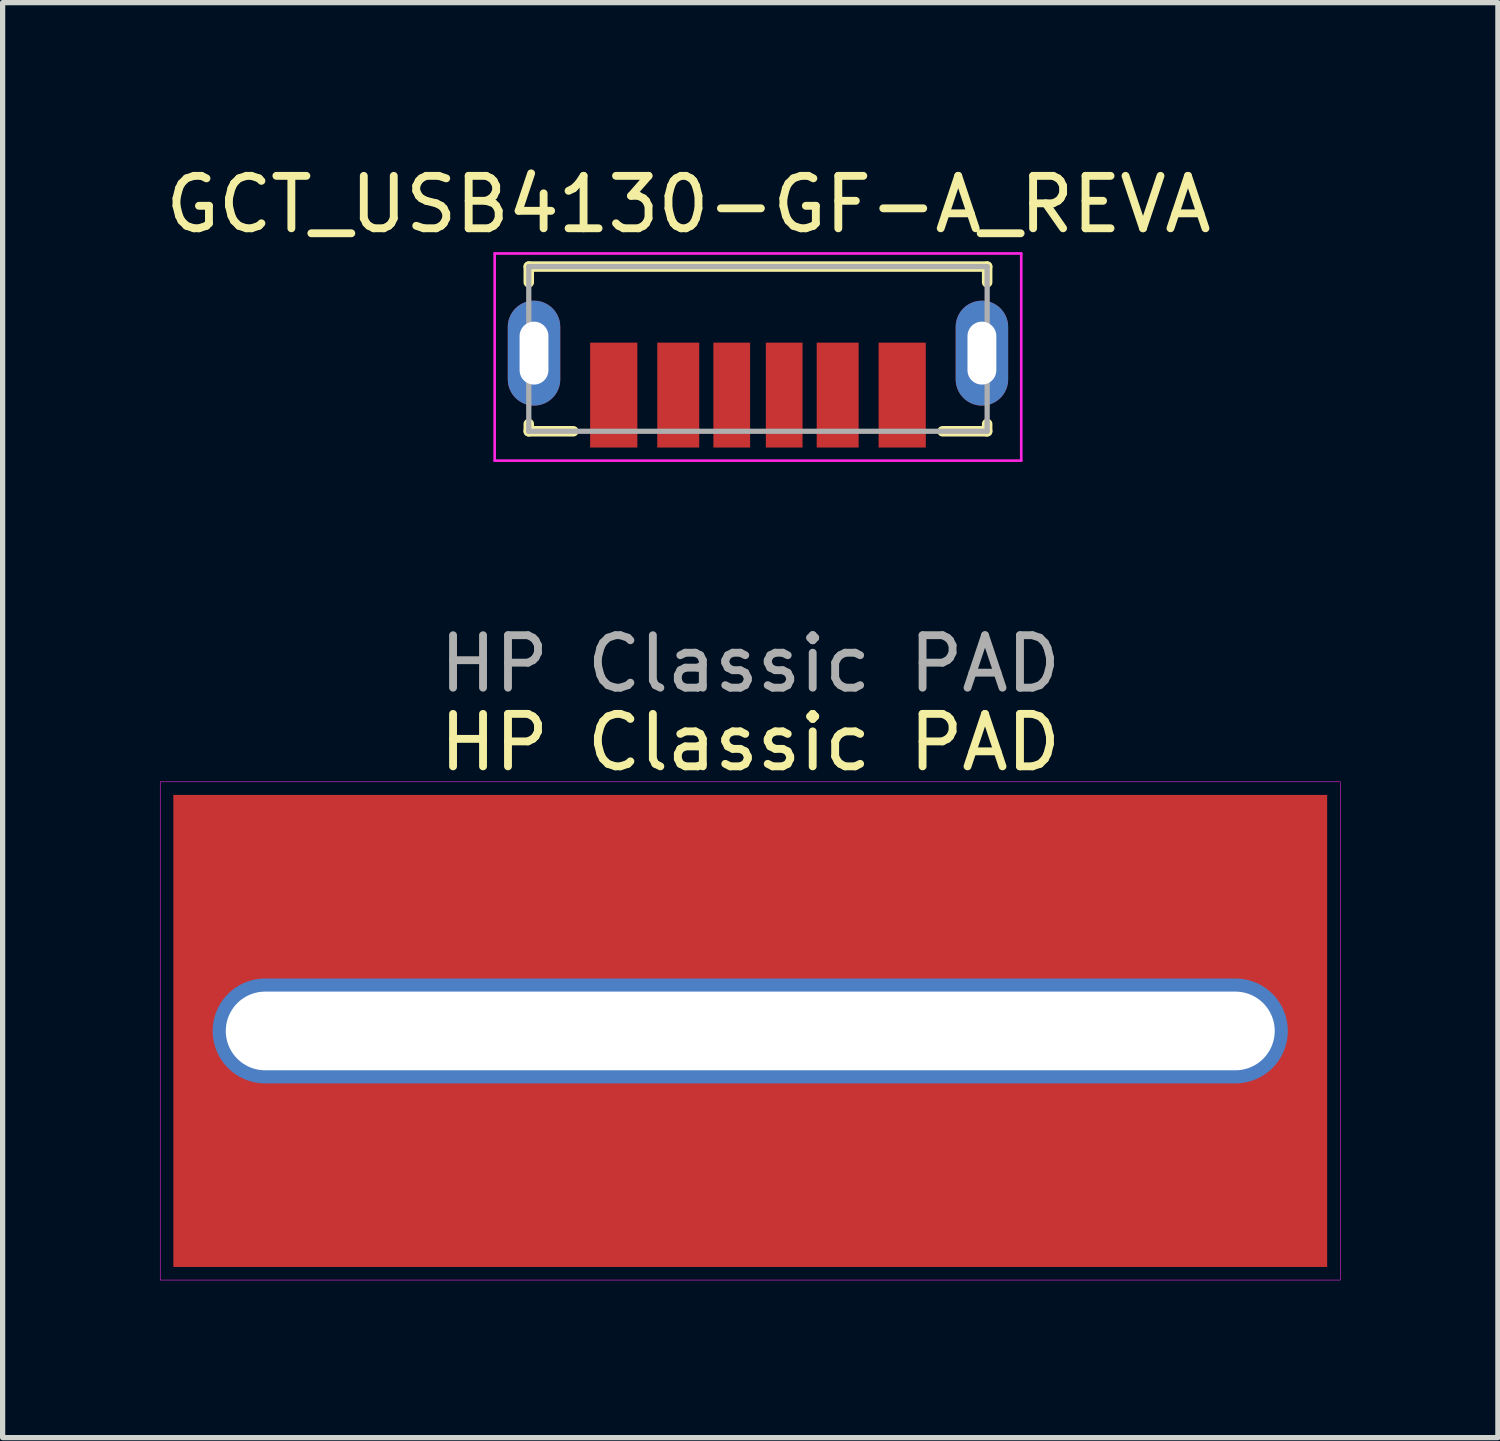
<source format=kicad_pcb>
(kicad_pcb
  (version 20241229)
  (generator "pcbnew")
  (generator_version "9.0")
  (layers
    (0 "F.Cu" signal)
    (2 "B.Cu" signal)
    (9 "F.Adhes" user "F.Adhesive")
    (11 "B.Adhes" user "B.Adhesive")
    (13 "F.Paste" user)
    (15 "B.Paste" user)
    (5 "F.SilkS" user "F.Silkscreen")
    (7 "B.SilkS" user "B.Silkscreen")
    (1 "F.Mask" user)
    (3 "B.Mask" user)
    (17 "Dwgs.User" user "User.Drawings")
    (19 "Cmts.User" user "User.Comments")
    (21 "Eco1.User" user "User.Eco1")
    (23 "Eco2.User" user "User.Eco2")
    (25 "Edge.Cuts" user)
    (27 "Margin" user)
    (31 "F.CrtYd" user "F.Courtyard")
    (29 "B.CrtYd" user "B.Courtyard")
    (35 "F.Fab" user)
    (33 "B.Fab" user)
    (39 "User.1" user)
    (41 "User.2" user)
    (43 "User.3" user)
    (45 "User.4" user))
  (footprint "HP Classic PAD"
    (layer "F.Cu")
    (at 11.255 16.607)
    (property "Reference" "HP Classic PAD" (at 0 -5.5 0) (unlocked yes) (layer "F.SilkS") (effects (font (size 1 1) (thickness 0.15))))
    (attr through_hole)
    (fp_rect (start -11 -4.5) (end 11 4.5) (stroke (width 0) (type solid)) (fill yes) (layer "F.Cu"))
    (fp_rect (start -11 -4.5) (end 11 4.5) (stroke (width 0) (type solid)) (fill yes) (layer "F.Mask"))
    (fp_rect (start -11.25 -4.75) (end 11.25 4.75) (stroke (width 0.01) (type solid)) (fill no) (layer "F.CrtYd"))
    (fp_text user "${REFERENCE}" (at 0 -7 0) (unlocked yes) (layer "F.Fab") (effects (font (size 1 1) (thickness 0.15))))
    (pad "1" thru_hole oval (at 0 0) (size 20.5 2) (drill oval 20 1.5) (layers "*.Cu" "*.Mask")))
  (footprint "GCT_USB4130-GF-A_REVA"
    (layer "F.Cu")
    (at 11.402 3.683)
    (property "Reference" "GCT_USB4130-GF-A_REVA" (at -1.325 -2.835 0) (layer "F.SilkS") (effects (font (size 1 1) (thickness 0.15))))
    (attr through_hole)
    (fp_line (start -4.37 -1.65) (end 4.37 -1.65) (stroke (width 0.2) (type solid)) (layer "F.SilkS"))
    (fp_line (start -4.37 -1.35) (end -4.37 -1.65) (stroke (width 0.2) (type solid)) (layer "F.SilkS"))
    (fp_line (start -4.37 1.35) (end -4.37 1.49) (stroke (width 0.2) (type solid)) (layer "F.SilkS"))
    (fp_line (start -4.37 1.49) (end -3.52 1.49) (stroke (width 0.2) (type solid)) (layer "F.SilkS"))
    (fp_line (start 3.52 1.49) (end 4.37 1.49) (stroke (width 0.2) (type solid)) (layer "F.SilkS"))
    (fp_line (start 4.37 -1.65) (end 4.37 -1.35) (stroke (width 0.2) (type solid)) (layer "F.SilkS"))
    (fp_line (start 4.37 1.49) (end 4.37 1.35) (stroke (width 0.2) (type solid)) (layer "F.SilkS"))
    (fp_line (start -5.02 -1.9) (end 5.02 -1.9) (stroke (width 0.05) (type solid)) (layer "F.CrtYd"))
    (fp_line (start -5.02 2.05) (end -5.02 -1.9) (stroke (width 0.05) (type solid)) (layer "F.CrtYd"))
    (fp_line (start 5.02 -1.9) (end 5.02 2.05) (stroke (width 0.05) (type solid)) (layer "F.CrtYd"))
    (fp_line (start 5.02 2.05) (end -5.02 2.05) (stroke (width 0.05) (type solid)) (layer "F.CrtYd"))
    (fp_line (start -4.37 -1.65) (end 4.37 -1.65) (stroke (width 0.1) (type solid)) (layer "F.Fab"))
    (fp_line (start -4.37 1.49) (end -4.37 -1.65) (stroke (width 0.1) (type solid)) (layer "F.Fab"))
    (fp_line (start 4.37 -1.65) (end 4.37 1.49) (stroke (width 0.1) (type solid)) (layer "F.Fab"))
    (fp_line (start 4.37 1.49) (end -4.37 1.49) (stroke (width 0.1) (type solid)) (layer "F.Fab"))
    (pad "A5" smd rect (at -0.5 0.8) (size 0.7 2) (layers "F.Cu" "F.Mask" "F.Paste"))
    (pad "A9" smd rect (at 1.52 0.8) (size 0.8 2) (layers "F.Cu" "F.Mask" "F.Paste"))
    (pad "A12" smd rect (at 2.75 0.8) (size 0.9 2) (layers "F.Cu" "F.Mask" "F.Paste"))
    (pad "B5" smd rect (at 0.5 0.8) (size 0.7 2) (layers "F.Cu" "F.Mask" "F.Paste"))
    (pad "B9" smd rect (at -1.52 0.8) (size 0.8 2) (layers "F.Cu" "F.Mask" "F.Paste"))
    (pad "B12" smd rect (at -2.75 0.8) (size 0.9 2) (layers "F.Cu" "F.Mask" "F.Paste"))
    (pad "S1" thru_hole oval (at 4.27 0) (size 1 2) (drill oval 0.55 1.2) (layers "*.Cu" "*.Mask"))
    (pad "S2" thru_hole oval (at -4.27 0) (size 1 2) (drill oval 0.55 1.2) (layers "*.Cu" "*.Mask")))
  (gr_rect
    (start -3 -3)
    (end 25.51 24.361)
    (stroke (width 0.1) (type default))
    (fill no)
    (layer "Edge.Cuts")))
</source>
